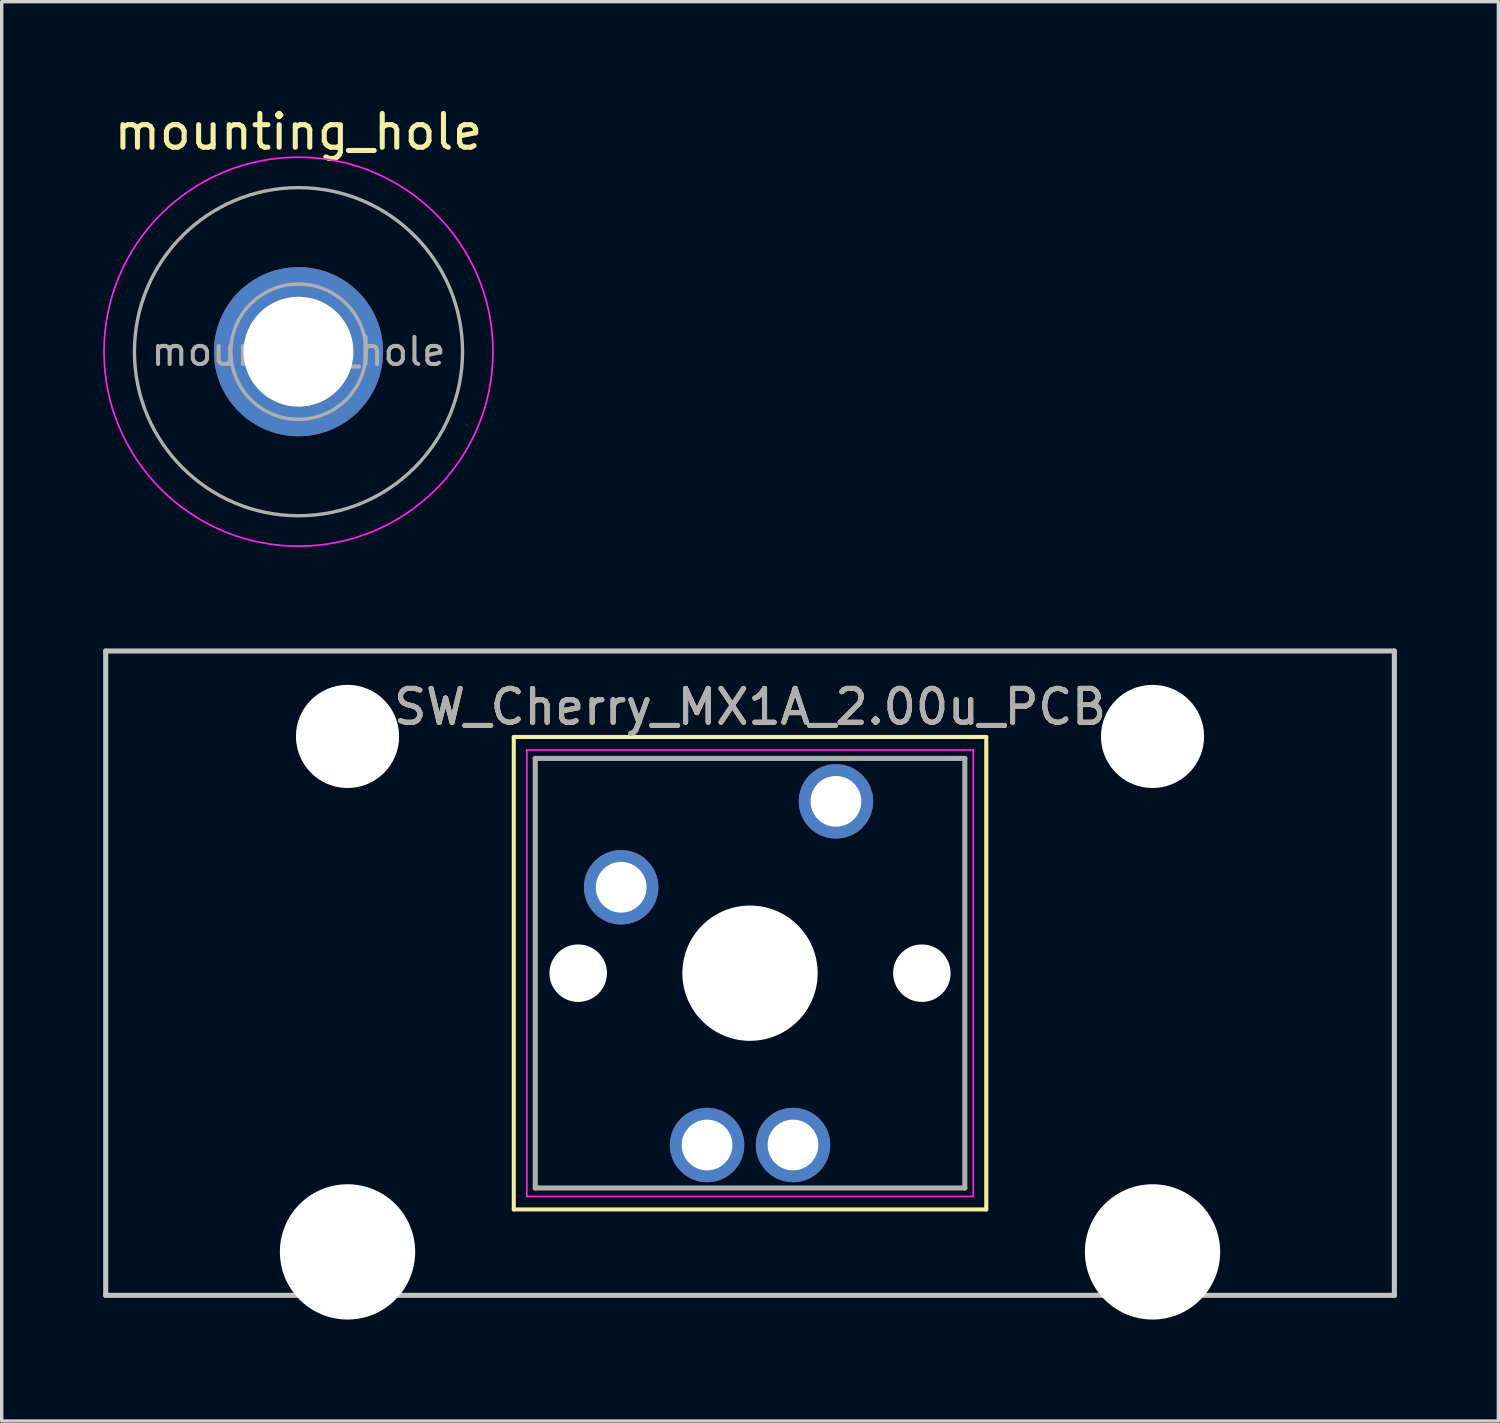
<source format=kicad_pcb>
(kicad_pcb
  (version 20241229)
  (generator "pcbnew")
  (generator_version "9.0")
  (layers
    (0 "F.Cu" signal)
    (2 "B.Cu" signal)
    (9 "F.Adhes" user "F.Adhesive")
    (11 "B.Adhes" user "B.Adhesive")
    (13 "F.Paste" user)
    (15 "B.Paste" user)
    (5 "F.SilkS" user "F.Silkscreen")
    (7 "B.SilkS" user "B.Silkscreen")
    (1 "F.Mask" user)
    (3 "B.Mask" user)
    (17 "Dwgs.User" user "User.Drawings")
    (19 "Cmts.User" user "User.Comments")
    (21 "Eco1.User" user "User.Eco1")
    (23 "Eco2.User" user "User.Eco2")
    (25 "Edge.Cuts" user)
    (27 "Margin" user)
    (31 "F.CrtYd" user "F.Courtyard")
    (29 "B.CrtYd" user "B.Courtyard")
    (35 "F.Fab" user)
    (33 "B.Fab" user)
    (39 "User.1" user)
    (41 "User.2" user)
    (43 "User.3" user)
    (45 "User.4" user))
  (footprint "SW_Cherry_MX1A_2.00u_PCB"
    (layer "F.Cu")
    (at 19.125 25.723)
    (property "Reference" "SW_Cherry_MX1A_2.00u_PCB" (at 0 -7.874 0) (layer "F.SilkS") (effects (font (size 1 1) (thickness 0.15))))
    (attr through_hole)
    (fp_line (start -6.985 -6.985) (end 6.985 -6.985) (stroke (width 0.12) (type solid)) (layer "F.SilkS"))
    (fp_line (start -6.985 6.985) (end -6.985 -6.985) (stroke (width 0.12) (type solid)) (layer "F.SilkS"))
    (fp_line (start 6.985 -6.985) (end 6.985 6.985) (stroke (width 0.12) (type solid)) (layer "F.SilkS"))
    (fp_line (start 6.985 6.985) (end -6.985 6.985) (stroke (width 0.12) (type solid)) (layer "F.SilkS"))
    (fp_line (start -19.05 -9.525) (end 19.05 -9.525) (stroke (width 0.15) (type solid)) (layer "Dwgs.User"))
    (fp_line (start -19.05 9.525) (end -19.05 -9.525) (stroke (width 0.15) (type solid)) (layer "Dwgs.User"))
    (fp_line (start 19.05 -9.525) (end 19.05 9.525) (stroke (width 0.15) (type solid)) (layer "Dwgs.User"))
    (fp_line (start 19.05 9.525) (end -19.05 9.525) (stroke (width 0.15) (type solid)) (layer "Dwgs.User"))
    (fp_line (start -6.6 -6.6) (end 6.6 -6.6) (stroke (width 0.05) (type solid)) (layer "F.CrtYd"))
    (fp_line (start -6.6 6.6) (end -6.6 -6.6) (stroke (width 0.05) (type solid)) (layer "F.CrtYd"))
    (fp_line (start 6.6 -6.6) (end 6.6 6.6) (stroke (width 0.05) (type solid)) (layer "F.CrtYd"))
    (fp_line (start 6.6 6.6) (end -6.6 6.6) (stroke (width 0.05) (type solid)) (layer "F.CrtYd"))
    (fp_line (start -6.35 -6.35) (end 6.35 -6.35) (stroke (width 0.15) (type solid)) (layer "F.Fab"))
    (fp_line (start -6.35 6.35) (end -6.35 -6.35) (stroke (width 0.15) (type solid)) (layer "F.Fab"))
    (fp_line (start 6.35 -6.35) (end 6.35 6.35) (stroke (width 0.15) (type solid)) (layer "F.Fab"))
    (fp_line (start 6.35 6.35) (end -6.35 6.35) (stroke (width 0.15) (type solid)) (layer "F.Fab"))
    (fp_text user "${REFERENCE}" (at 0 -7.874 0) (layer "F.Fab") (effects (font (size 1 1) (thickness 0.15))))
    (pad "" np_thru_hole circle (at -11.9 -7) (size 3.05 3.05) (drill 3.05) (layers "*.Cu" "*.Mask"))
    (pad "" np_thru_hole circle (at -11.9 8.24) (size 4 4) (drill 4) (layers "*.Cu" "*.Mask"))
    (pad "" np_thru_hole circle (at -5.08 0) (size 1.7 1.7) (drill 1.7) (layers "*.Cu" "*.Mask"))
    (pad "" np_thru_hole circle (at 0 0) (size 4 4) (drill 4) (layers "*.Cu" "*.Mask"))
    (pad "" np_thru_hole circle (at 5.08 0) (size 1.7 1.7) (drill 1.7) (layers "*.Cu" "*.Mask"))
    (pad "" np_thru_hole circle (at 11.9 -7) (size 3.05 3.05) (drill 3.05) (layers "*.Cu" "*.Mask"))
    (pad "" np_thru_hole circle (at 11.9 8.24) (size 4 4) (drill 4) (layers "*.Cu" "*.Mask"))
    (pad "1" thru_hole circle (at 2.54 -5.08) (size 2.2 2.2) (drill 1.5) (layers "*.Cu" "*.Mask"))
    (pad "2" thru_hole circle (at -3.81 -2.54) (size 2.2 2.2) (drill 1.5) (layers "*.Cu" "*.Mask"))
    (pad "3" thru_hole circle (at -1.27 5.08) (size 2.2 2.2) (drill 1.5) (layers "*.Cu" "*.Mask"))
    (pad "4" thru_hole circle (at 1.27 5.08) (size 2.2 2.2) (drill 1.5) (layers "*.Cu" "*.Mask")))
  (footprint "mounting_hole"
    (layer "F.Cu")
    (at 5.775 7.348)
    (property "Reference" "mounting_hole" (at 0 -6.5 0) (layer "F.SilkS") (effects (font (size 1 1) (thickness 0.15))))
    (attr through_hole)
    (fp_circle (center 0 0) (end 5.75 0) (stroke (width 0.05) (type solid)) (fill no) (layer "F.CrtYd"))
    (fp_circle (center 0 0) (end 2 0) (stroke (width 0.1) (type solid)) (fill no) (layer "F.Fab"))
    (fp_circle (center 0 0) (end 4.85 0.05) (stroke (width 0.1) (type solid)) (fill no) (layer "F.Fab"))
    (fp_text user "${REFERENCE}" (at 0 0 0) (layer "F.Fab") (effects (font (size 0.8 0.8) (thickness 0.12))))
    (pad "1" thru_hole circle (at 0 0) (size 5 5) (drill 3.25) (layers "*.Cu" "*.Mask")))
  (gr_rect
    (start -3 -3)
    (end 41.25 38.963)
    (stroke (width 0.1) (type default))
    (fill no)
    (layer "Edge.Cuts")))
</source>
